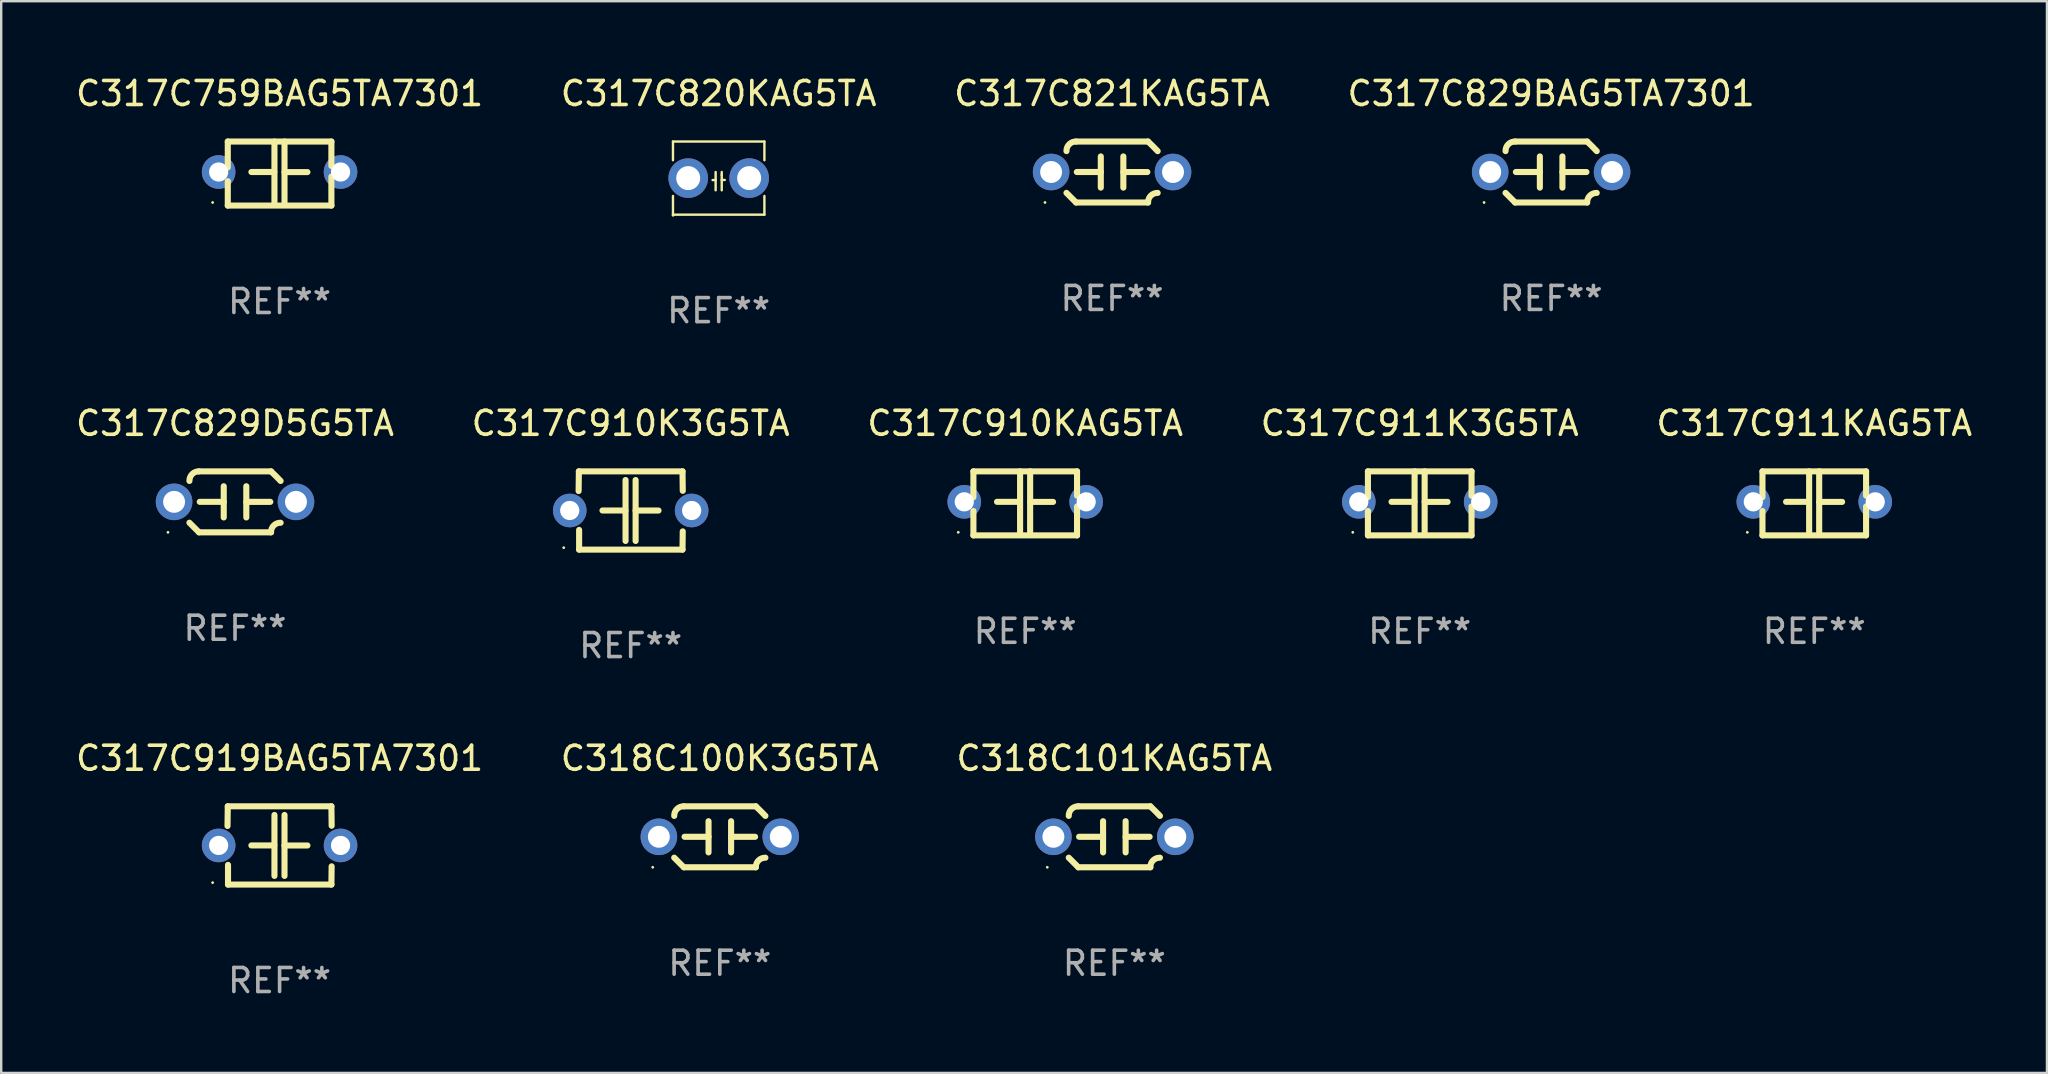
<source format=kicad_pcb>
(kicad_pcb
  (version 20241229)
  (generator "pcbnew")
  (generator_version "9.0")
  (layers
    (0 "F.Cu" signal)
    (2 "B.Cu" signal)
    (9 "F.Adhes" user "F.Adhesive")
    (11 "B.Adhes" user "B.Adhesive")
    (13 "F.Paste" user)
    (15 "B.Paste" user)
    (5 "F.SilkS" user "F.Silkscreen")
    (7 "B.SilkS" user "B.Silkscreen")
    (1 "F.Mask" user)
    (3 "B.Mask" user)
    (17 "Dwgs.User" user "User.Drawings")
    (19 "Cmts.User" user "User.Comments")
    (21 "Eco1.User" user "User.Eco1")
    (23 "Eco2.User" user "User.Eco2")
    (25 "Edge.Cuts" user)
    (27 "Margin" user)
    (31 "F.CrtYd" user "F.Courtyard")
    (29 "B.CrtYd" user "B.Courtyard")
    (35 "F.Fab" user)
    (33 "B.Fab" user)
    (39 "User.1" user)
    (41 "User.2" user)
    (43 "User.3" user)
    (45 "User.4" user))
  (footprint "C317C820KAG5TA"
    (layer "F.Cu")
    (at 26.899 4.372)
    (property "Reference" "C317C820KAG5TA" (at 0 -3.524 0) (layer "F.SilkS") (effects (font (size 1 1) (thickness 0.15))))
    (attr through_hole)
    (fp_line (start -1.905 -1.524) (end -1.905 -0.745) (stroke (width 0.1) (type solid)) (layer "F.SilkS"))
    (fp_line (start -1.905 0.745) (end -1.905 1.524) (stroke (width 0.1) (type solid)) (layer "F.SilkS"))
    (fp_line (start -1.905 1.524) (end 1.905 1.524) (stroke (width 0.1) (type solid)) (layer "F.SilkS"))
    (fp_line (start -0.127 -0.254) (end -0.127 0.508) (stroke (width 0.1) (type solid)) (layer "F.SilkS"))
    (fp_line (start -0.127 0.082) (end -0.254 0.082) (stroke (width 0.1) (type solid)) (layer "F.SilkS"))
    (fp_line (start 0.127 -0.127) (end 0.127 -0.254) (stroke (width 0.1) (type solid)) (layer "F.SilkS"))
    (fp_line (start 0.127 -0.127) (end 0.127 0.508) (stroke (width 0.1) (type solid)) (layer "F.SilkS"))
    (fp_line (start 0.127 0.077) (end 0.254 0.077) (stroke (width 0.1) (type solid)) (layer "F.SilkS"))
    (fp_line (start 1.905 -1.524) (end -1.905 -1.524) (stroke (width 0.1) (type solid)) (layer "F.SilkS"))
    (fp_line (start 1.905 -0.745) (end 1.905 -1.524) (stroke (width 0.1) (type solid)) (layer "F.SilkS"))
    (fp_line (start 1.905 1.524) (end 1.905 0.745) (stroke (width 0.1) (type solid)) (layer "F.SilkS"))
    (fp_circle (center -1.9 1.55) (end -1.87 1.55) (stroke (width 0.06) (type solid)) (fill no) (layer "F.SilkS"))
    (fp_text user "REF**" (at 0 5.524 0) (layer "F.Fab") (effects (font (size 1 1) (thickness 0.15))))
    (pad "1" thru_hole circle (at -1.27 0) (size 1.65 1.65) (drill 1) (layers "*.Cu" "*.Mask"))
    (pad "2" thru_hole circle (at 1.27 0) (size 1.65 1.65) (drill 1) (layers "*.Cu" "*.Mask")))
  (footprint "C317C911KAG5TA"
    (layer "F.Cu")
    (at 72.554 17.926)
    (property "Reference" "C317C911KAG5TA" (at 0 -3.334 0) (layer "F.SilkS") (effects (font (size 1 1) (thickness 0.15))))
    (attr through_hole)
    (fp_line (start -2.159 -1.334) (end 2.159 -1.334) (stroke (width 0.254) (type solid)) (layer "F.SilkS"))
    (fp_line (start -2.159 -0.256) (end -2.159 -1.334) (stroke (width 0.254) (type solid)) (layer "F.SilkS"))
    (fp_line (start -2.159 1.334) (end -2.159 0.318) (stroke (width 0.254) (type solid)) (layer "F.SilkS"))
    (fp_line (start -0.22 -0.064) (end -1.175 -0.064) (stroke (width 0.254) (type solid)) (layer "F.SilkS"))
    (fp_line (start -0.214 -1.334) (end -0.214 1.207) (stroke (width 0.254) (type solid)) (layer "F.SilkS"))
    (fp_line (start 0.205 -1.334) (end 0.205 1.207) (stroke (width 0.254) (type solid)) (layer "F.SilkS"))
    (fp_line (start 0.205 -0.061) (end 1.16 -0.061) (stroke (width 0.254) (type solid)) (layer "F.SilkS"))
    (fp_line (start 2.159 -1.334) (end 2.159 -0.318) (stroke (width 0.254) (type solid)) (layer "F.SilkS"))
    (fp_line (start 2.159 0.129) (end 2.159 1.334) (stroke (width 0.254) (type solid)) (layer "F.SilkS"))
    (fp_line (start 2.159 1.334) (end -2.159 1.334) (stroke (width 0.254) (type solid)) (layer "F.SilkS"))
    (fp_circle (center -2.79 1.207) (end -2.76 1.207) (stroke (width 0.06) (type solid)) (fill no) (layer "F.SilkS"))
    (fp_text user "REF**" (at 0 5.334 0) (layer "F.Fab") (effects (font (size 1 1) (thickness 0.15))))
    (pad "1" thru_hole circle (at -2.54 -0.064) (size 1.4 1.4) (drill 0.8) (layers "*.Cu" "*.Mask"))
    (pad "2" thru_hole circle (at 2.54 -0.064) (size 1.4 1.4) (drill 0.8) (layers "*.Cu" "*.Mask")))
  (footprint "C317C910K3G5TA"
    (layer "F.Cu")
    (at 23.232 18.223)
    (property "Reference" "C317C910K3G5TA" (at 0 -3.631 0) (layer "F.SilkS") (effects (font (size 1 1) (thickness 0.15))))
    (attr through_hole)
    (fp_line (start -2.17 -0.81) (end -2.159 -1.631) (stroke (width 0.254) (type solid)) (layer "F.SilkS"))
    (fp_line (start -2.159 -1.631) (end 2.159 -1.631) (stroke (width 0.254) (type solid)) (layer "F.SilkS"))
    (fp_line (start -2.149 1.631) (end -2.149 0.81) (stroke (width 0.254) (type solid)) (layer "F.SilkS"))
    (fp_line (start -0.22 0) (end -1.175 0) (stroke (width 0.254) (type solid)) (layer "F.SilkS"))
    (fp_line (start -0.214 -1.27) (end -0.214 1.27) (stroke (width 0.254) (type solid)) (layer "F.SilkS"))
    (fp_line (start 0.205 -1.27) (end 0.205 1.27) (stroke (width 0.254) (type solid)) (layer "F.SilkS"))
    (fp_line (start 0.205 0.002) (end 1.16 0.002) (stroke (width 0.254) (type solid)) (layer "F.SilkS"))
    (fp_line (start 2.159 -1.631) (end 2.17 -0.82) (stroke (width 0.254) (type solid)) (layer "F.SilkS"))
    (fp_line (start 2.159 1.631) (end -2.149 1.631) (stroke (width 0.254) (type solid)) (layer "F.SilkS"))
    (fp_line (start 2.169 0.871) (end 2.159 1.631) (stroke (width 0.254) (type solid)) (layer "F.SilkS"))
    (fp_circle (center -2.79 1.55) (end -2.76 1.55) (stroke (width 0.06) (type solid)) (fill no) (layer "F.SilkS"))
    (fp_text user "REF**" (at 0 5.631 0) (layer "F.Fab") (effects (font (size 1 1) (thickness 0.15))))
    (pad "1" thru_hole circle (at -2.54 0) (size 1.4 1.4) (drill 0.8) (layers "*.Cu" "*.Mask"))
    (pad "2" thru_hole circle (at 2.54 0) (size 1.4 1.4) (drill 0.8) (layers "*.Cu" "*.Mask")))
  (footprint "C318C101KAG5TA"
    (layer "F.Cu")
    (at 43.387 31.821)
    (property "Reference" "C318C101KAG5TA" (at 0 -3.27 0) (layer "F.SilkS") (effects (font (size 1 1) (thickness 0.15))))
    (attr through_hole)
    (fp_line (start -1.5 -1.27) (end 1.5 -1.27) (stroke (width 0.254) (type solid)) (layer "F.SilkS"))
    (fp_line (start -0.47 -0.65) (end -0.47 0.65) (stroke (width 0.254) (type solid)) (layer "F.SilkS"))
    (fp_line (start -0.47 -0.000381) (end -1.47 -0.000381) (stroke (width 0.254) (type solid)) (layer "F.SilkS"))
    (fp_line (start 0.47 0.000356) (end 1.47 0.000356) (stroke (width 0.254) (type solid)) (layer "F.SilkS"))
    (fp_line (start 0.47 0.65) (end 0.47 -0.65) (stroke (width 0.254) (type solid)) (layer "F.SilkS"))
    (fp_line (start 1.5 1.27) (end -1.5 1.27) (stroke (width 0.254) (type solid)) (layer "F.SilkS"))
    (fp_arc (start -1.899924 -0.871221) (mid -1.78599 -1.156887) (end -1.5 -1.270003) (stroke (width 0.254001) (type solid)) (layer "F.SilkS"))
    (fp_arc (start -1.501217 1.269929) (mid -1.700682 1.070039) (end -1.9 0.870003) (stroke (width 0.254001) (type solid)) (layer "F.SilkS"))
    (fp_arc (start 1.5 1.270003) (mid 1.614112 0.984517) (end 1.899923 0.871222) (stroke (width 0.254001) (type solid)) (layer "F.SilkS"))
    (fp_arc (start 1.501219 -1.269927) (mid 1.70319 -1.072538) (end 1.9 -0.870003) (stroke (width 0.254001) (type solid)) (layer "F.SilkS"))
    (fp_circle (center -2.795 1.27) (end -2.765 1.27) (stroke (width 0.06) (type solid)) (fill no) (layer "F.SilkS"))
    (fp_text user "REF**" (at 0 5.27 0) (layer "F.Fab") (effects (font (size 1 1) (thickness 0.15))))
    (pad "1" thru_hole circle (at -2.54 0) (size 1.524 1.524) (drill 0.914) (layers "*.Cu" "*.Mask"))
    (pad "2" thru_hole circle (at 2.54 0) (size 1.524 1.524) (drill 0.914) (layers "*.Cu" "*.Mask")))
  (footprint "C317C911K3G5TA"
    (layer "F.Cu")
    (at 56.113 17.926)
    (property "Reference" "C317C911K3G5TA" (at 0 -3.334 0) (layer "F.SilkS") (effects (font (size 1 1) (thickness 0.15))))
    (attr through_hole)
    (fp_line (start -2.159 -1.334) (end 2.159 -1.334) (stroke (width 0.254) (type solid)) (layer "F.SilkS"))
    (fp_line (start -2.159 -0.256) (end -2.159 -1.334) (stroke (width 0.254) (type solid)) (layer "F.SilkS"))
    (fp_line (start -2.159 1.334) (end -2.159 0.318) (stroke (width 0.254) (type solid)) (layer "F.SilkS"))
    (fp_line (start -0.22 -0.064) (end -1.175 -0.064) (stroke (width 0.254) (type solid)) (layer "F.SilkS"))
    (fp_line (start -0.214 -1.334) (end -0.214 1.207) (stroke (width 0.254) (type solid)) (layer "F.SilkS"))
    (fp_line (start 0.205 -1.334) (end 0.205 1.207) (stroke (width 0.254) (type solid)) (layer "F.SilkS"))
    (fp_line (start 0.205 -0.061) (end 1.16 -0.061) (stroke (width 0.254) (type solid)) (layer "F.SilkS"))
    (fp_line (start 2.159 -1.334) (end 2.159 -0.318) (stroke (width 0.254) (type solid)) (layer "F.SilkS"))
    (fp_line (start 2.159 0.129) (end 2.159 1.334) (stroke (width 0.254) (type solid)) (layer "F.SilkS"))
    (fp_line (start 2.159 1.334) (end -2.159 1.334) (stroke (width 0.254) (type solid)) (layer "F.SilkS"))
    (fp_circle (center -2.79 1.207) (end -2.76 1.207) (stroke (width 0.06) (type solid)) (fill no) (layer "F.SilkS"))
    (fp_text user "REF**" (at 0 5.334 0) (layer "F.Fab") (effects (font (size 1 1) (thickness 0.15))))
    (pad "1" thru_hole circle (at -2.54 -0.064) (size 1.4 1.4) (drill 0.8) (layers "*.Cu" "*.Mask"))
    (pad "2" thru_hole circle (at 2.54 -0.064) (size 1.4 1.4) (drill 0.8) (layers "*.Cu" "*.Mask")))
  (footprint "C317C759BAG5TA7301"
    (layer "F.Cu")
    (at 8.601 4.182)
    (property "Reference" "C317C759BAG5TA7301" (at 0 -3.334 0) (layer "F.SilkS") (effects (font (size 1 1) (thickness 0.15))))
    (attr through_hole)
    (fp_line (start -2.159 -1.334) (end 2.159 -1.334) (stroke (width 0.254) (type solid)) (layer "F.SilkS"))
    (fp_line (start -2.159 -0.256) (end -2.159 -1.334) (stroke (width 0.254) (type solid)) (layer "F.SilkS"))
    (fp_line (start -2.159 1.334) (end -2.159 0.318) (stroke (width 0.254) (type solid)) (layer "F.SilkS"))
    (fp_line (start -0.22 -0.064) (end -1.175 -0.064) (stroke (width 0.254) (type solid)) (layer "F.SilkS"))
    (fp_line (start -0.214 -1.334) (end -0.214 1.207) (stroke (width 0.254) (type solid)) (layer "F.SilkS"))
    (fp_line (start 0.205 -1.334) (end 0.205 1.207) (stroke (width 0.254) (type solid)) (layer "F.SilkS"))
    (fp_line (start 0.205 -0.061) (end 1.16 -0.061) (stroke (width 0.254) (type solid)) (layer "F.SilkS"))
    (fp_line (start 2.159 -1.334) (end 2.159 -0.318) (stroke (width 0.254) (type solid)) (layer "F.SilkS"))
    (fp_line (start 2.159 0.129) (end 2.159 1.334) (stroke (width 0.254) (type solid)) (layer "F.SilkS"))
    (fp_line (start 2.159 1.334) (end -2.159 1.334) (stroke (width 0.254) (type solid)) (layer "F.SilkS"))
    (fp_circle (center -2.79 1.207) (end -2.76 1.207) (stroke (width 0.06) (type solid)) (fill no) (layer "F.SilkS"))
    (fp_text user "REF**" (at 0 5.334 0) (layer "F.Fab") (effects (font (size 1 1) (thickness 0.15))))
    (pad "1" thru_hole circle (at -2.54 -0.064) (size 1.4 1.4) (drill 0.8) (layers "*.Cu" "*.Mask"))
    (pad "2" thru_hole circle (at 2.54 -0.064) (size 1.4 1.4) (drill 0.8) (layers "*.Cu" "*.Mask")))
  (footprint "C317C821KAG5TA"
    (layer "F.Cu")
    (at 43.292 4.118)
    (property "Reference" "C317C821KAG5TA" (at 0 -3.27 0) (layer "F.SilkS") (effects (font (size 1 1) (thickness 0.15))))
    (attr through_hole)
    (fp_line (start -1.5 -1.27) (end 1.5 -1.27) (stroke (width 0.254) (type solid)) (layer "F.SilkS"))
    (fp_line (start -0.47 -0.65) (end -0.47 0.65) (stroke (width 0.254) (type solid)) (layer "F.SilkS"))
    (fp_line (start -0.47 -0.000381) (end -1.47 -0.000381) (stroke (width 0.254) (type solid)) (layer "F.SilkS"))
    (fp_line (start 0.47 0.000356) (end 1.47 0.000356) (stroke (width 0.254) (type solid)) (layer "F.SilkS"))
    (fp_line (start 0.47 0.65) (end 0.47 -0.65) (stroke (width 0.254) (type solid)) (layer "F.SilkS"))
    (fp_line (start 1.5 1.27) (end -1.5 1.27) (stroke (width 0.254) (type solid)) (layer "F.SilkS"))
    (fp_arc (start -1.899924 -0.871221) (mid -1.78599 -1.156887) (end -1.5 -1.270003) (stroke (width 0.254001) (type solid)) (layer "F.SilkS"))
    (fp_arc (start -1.501217 1.269929) (mid -1.700682 1.070039) (end -1.9 0.870003) (stroke (width 0.254001) (type solid)) (layer "F.SilkS"))
    (fp_arc (start 1.5 1.270003) (mid 1.614112 0.984517) (end 1.899923 0.871222) (stroke (width 0.254001) (type solid)) (layer "F.SilkS"))
    (fp_arc (start 1.501219 -1.269927) (mid 1.70319 -1.072538) (end 1.9 -0.870003) (stroke (width 0.254001) (type solid)) (layer "F.SilkS"))
    (fp_circle (center -2.795 1.27) (end -2.765 1.27) (stroke (width 0.06) (type solid)) (fill no) (layer "F.SilkS"))
    (fp_text user "REF**" (at 0 5.27 0) (layer "F.Fab") (effects (font (size 1 1) (thickness 0.15))))
    (pad "1" thru_hole circle (at -2.54 0) (size 1.524 1.524) (drill 0.914) (layers "*.Cu" "*.Mask"))
    (pad "2" thru_hole circle (at 2.54 0) (size 1.524 1.524) (drill 0.914) (layers "*.Cu" "*.Mask")))
  (footprint "C318C100K3G5TA"
    (layer "F.Cu")
    (at 26.946 31.821)
    (property "Reference" "C318C100K3G5TA" (at 0 -3.27 0) (layer "F.SilkS") (effects (font (size 1 1) (thickness 0.15))))
    (attr through_hole)
    (fp_line (start -1.5 -1.27) (end 1.5 -1.27) (stroke (width 0.254) (type solid)) (layer "F.SilkS"))
    (fp_line (start -0.47 -0.65) (end -0.47 0.65) (stroke (width 0.254) (type solid)) (layer "F.SilkS"))
    (fp_line (start -0.47 -0.000381) (end -1.47 -0.000381) (stroke (width 0.254) (type solid)) (layer "F.SilkS"))
    (fp_line (start 0.47 0.000356) (end 1.47 0.000356) (stroke (width 0.254) (type solid)) (layer "F.SilkS"))
    (fp_line (start 0.47 0.65) (end 0.47 -0.65) (stroke (width 0.254) (type solid)) (layer "F.SilkS"))
    (fp_line (start 1.5 1.27) (end -1.5 1.27) (stroke (width 0.254) (type solid)) (layer "F.SilkS"))
    (fp_arc (start -1.899924 -0.871221) (mid -1.78599 -1.156887) (end -1.5 -1.270003) (stroke (width 0.254001) (type solid)) (layer "F.SilkS"))
    (fp_arc (start -1.501217 1.269929) (mid -1.700682 1.070039) (end -1.9 0.870003) (stroke (width 0.254001) (type solid)) (layer "F.SilkS"))
    (fp_arc (start 1.5 1.270003) (mid 1.614112 0.984517) (end 1.899923 0.871222) (stroke (width 0.254001) (type solid)) (layer "F.SilkS"))
    (fp_arc (start 1.501219 -1.269927) (mid 1.70319 -1.072538) (end 1.9 -0.870003) (stroke (width 0.254001) (type solid)) (layer "F.SilkS"))
    (fp_circle (center -2.795 1.27) (end -2.765 1.27) (stroke (width 0.06) (type solid)) (fill no) (layer "F.SilkS"))
    (fp_text user "REF**" (at 0 5.27 0) (layer "F.Fab") (effects (font (size 1 1) (thickness 0.15))))
    (pad "1" thru_hole circle (at -2.54 0) (size 1.524 1.524) (drill 0.914) (layers "*.Cu" "*.Mask"))
    (pad "2" thru_hole circle (at 2.54 0) (size 1.524 1.524) (drill 0.914) (layers "*.Cu" "*.Mask")))
  (footprint "C317C919BAG5TA7301"
    (layer "F.Cu")
    (at 8.601 32.181)
    (property "Reference" "C317C919BAG5TA7301" (at 0 -3.631 0) (layer "F.SilkS") (effects (font (size 1 1) (thickness 0.15))))
    (attr through_hole)
    (fp_line (start -2.17 -0.81) (end -2.159 -1.631) (stroke (width 0.254) (type solid)) (layer "F.SilkS"))
    (fp_line (start -2.159 -1.631) (end 2.159 -1.631) (stroke (width 0.254) (type solid)) (layer "F.SilkS"))
    (fp_line (start -2.149 1.631) (end -2.149 0.81) (stroke (width 0.254) (type solid)) (layer "F.SilkS"))
    (fp_line (start -0.22 0) (end -1.175 0) (stroke (width 0.254) (type solid)) (layer "F.SilkS"))
    (fp_line (start -0.214 -1.27) (end -0.214 1.27) (stroke (width 0.254) (type solid)) (layer "F.SilkS"))
    (fp_line (start 0.205 -1.27) (end 0.205 1.27) (stroke (width 0.254) (type solid)) (layer "F.SilkS"))
    (fp_line (start 0.205 0.002) (end 1.16 0.002) (stroke (width 0.254) (type solid)) (layer "F.SilkS"))
    (fp_line (start 2.159 -1.631) (end 2.17 -0.82) (stroke (width 0.254) (type solid)) (layer "F.SilkS"))
    (fp_line (start 2.159 1.631) (end -2.149 1.631) (stroke (width 0.254) (type solid)) (layer "F.SilkS"))
    (fp_line (start 2.169 0.871) (end 2.159 1.631) (stroke (width 0.254) (type solid)) (layer "F.SilkS"))
    (fp_circle (center -2.79 1.55) (end -2.76 1.55) (stroke (width 0.06) (type solid)) (fill no) (layer "F.SilkS"))
    (fp_text user "REF**" (at 0 5.631 0) (layer "F.Fab") (effects (font (size 1 1) (thickness 0.15))))
    (pad "1" thru_hole circle (at -2.54 0) (size 1.4 1.4) (drill 0.8) (layers "*.Cu" "*.Mask"))
    (pad "2" thru_hole circle (at 2.54 0) (size 1.4 1.4) (drill 0.8) (layers "*.Cu" "*.Mask")))
  (footprint "C317C829D5G5TA"
    (layer "F.Cu")
    (at 6.744 17.863)
    (property "Reference" "C317C829D5G5TA" (at 0 -3.27 0) (layer "F.SilkS") (effects (font (size 1 1) (thickness 0.15))))
    (attr through_hole)
    (fp_line (start -1.5 -1.27) (end 1.5 -1.27) (stroke (width 0.254) (type solid)) (layer "F.SilkS"))
    (fp_line (start -0.47 -0.65) (end -0.47 0.65) (stroke (width 0.254) (type solid)) (layer "F.SilkS"))
    (fp_line (start -0.47 -0.000381) (end -1.47 -0.000381) (stroke (width 0.254) (type solid)) (layer "F.SilkS"))
    (fp_line (start 0.47 0.000356) (end 1.47 0.000356) (stroke (width 0.254) (type solid)) (layer "F.SilkS"))
    (fp_line (start 0.47 0.65) (end 0.47 -0.65) (stroke (width 0.254) (type solid)) (layer "F.SilkS"))
    (fp_line (start 1.5 1.27) (end -1.5 1.27) (stroke (width 0.254) (type solid)) (layer "F.SilkS"))
    (fp_arc (start -1.899924 -0.871221) (mid -1.78599 -1.156887) (end -1.5 -1.270003) (stroke (width 0.254001) (type solid)) (layer "F.SilkS"))
    (fp_arc (start -1.501217 1.269929) (mid -1.700682 1.070039) (end -1.9 0.870003) (stroke (width 0.254001) (type solid)) (layer "F.SilkS"))
    (fp_arc (start 1.5 1.270003) (mid 1.614112 0.984517) (end 1.899923 0.871222) (stroke (width 0.254001) (type solid)) (layer "F.SilkS"))
    (fp_arc (start 1.501219 -1.269927) (mid 1.70319 -1.072538) (end 1.9 -0.870003) (stroke (width 0.254001) (type solid)) (layer "F.SilkS"))
    (fp_circle (center -2.795 1.27) (end -2.765 1.27) (stroke (width 0.06) (type solid)) (fill no) (layer "F.SilkS"))
    (fp_text user "REF**" (at 0 5.27 0) (layer "F.Fab") (effects (font (size 1 1) (thickness 0.15))))
    (pad "1" thru_hole circle (at -2.54 0) (size 1.524 1.524) (drill 0.914) (layers "*.Cu" "*.Mask"))
    (pad "2" thru_hole circle (at 2.54 0) (size 1.524 1.524) (drill 0.914) (layers "*.Cu" "*.Mask")))
  (footprint "C317C829BAG5TA7301"
    (layer "F.Cu")
    (at 61.589 4.118)
    (property "Reference" "C317C829BAG5TA7301" (at 0 -3.27 0) (layer "F.SilkS") (effects (font (size 1 1) (thickness 0.15))))
    (attr through_hole)
    (fp_line (start -1.5 -1.27) (end 1.5 -1.27) (stroke (width 0.254) (type solid)) (layer "F.SilkS"))
    (fp_line (start -0.47 -0.65) (end -0.47 0.65) (stroke (width 0.254) (type solid)) (layer "F.SilkS"))
    (fp_line (start -0.47 -0.000381) (end -1.47 -0.000381) (stroke (width 0.254) (type solid)) (layer "F.SilkS"))
    (fp_line (start 0.47 0.000356) (end 1.47 0.000356) (stroke (width 0.254) (type solid)) (layer "F.SilkS"))
    (fp_line (start 0.47 0.65) (end 0.47 -0.65) (stroke (width 0.254) (type solid)) (layer "F.SilkS"))
    (fp_line (start 1.5 1.27) (end -1.5 1.27) (stroke (width 0.254) (type solid)) (layer "F.SilkS"))
    (fp_arc (start -1.899924 -0.871221) (mid -1.78599 -1.156887) (end -1.5 -1.270003) (stroke (width 0.254001) (type solid)) (layer "F.SilkS"))
    (fp_arc (start -1.501217 1.269929) (mid -1.700682 1.070039) (end -1.9 0.870003) (stroke (width 0.254001) (type solid)) (layer "F.SilkS"))
    (fp_arc (start 1.5 1.270003) (mid 1.614112 0.984517) (end 1.899923 0.871222) (stroke (width 0.254001) (type solid)) (layer "F.SilkS"))
    (fp_arc (start 1.501219 -1.269927) (mid 1.70319 -1.072538) (end 1.9 -0.870003) (stroke (width 0.254001) (type solid)) (layer "F.SilkS"))
    (fp_circle (center -2.795 1.27) (end -2.765 1.27) (stroke (width 0.06) (type solid)) (fill no) (layer "F.SilkS"))
    (fp_text user "REF**" (at 0 5.27 0) (layer "F.Fab") (effects (font (size 1 1) (thickness 0.15))))
    (pad "1" thru_hole circle (at -2.54 0) (size 1.524 1.524) (drill 0.914) (layers "*.Cu" "*.Mask"))
    (pad "2" thru_hole circle (at 2.54 0) (size 1.524 1.524) (drill 0.914) (layers "*.Cu" "*.Mask")))
  (footprint "C317C910KAG5TA"
    (layer "F.Cu")
    (at 39.673 17.926)
    (property "Reference" "C317C910KAG5TA" (at 0 -3.334 0) (layer "F.SilkS") (effects (font (size 1 1) (thickness 0.15))))
    (attr through_hole)
    (fp_line (start -2.159 -1.334) (end 2.159 -1.334) (stroke (width 0.254) (type solid)) (layer "F.SilkS"))
    (fp_line (start -2.159 -0.256) (end -2.159 -1.334) (stroke (width 0.254) (type solid)) (layer "F.SilkS"))
    (fp_line (start -2.159 1.334) (end -2.159 0.318) (stroke (width 0.254) (type solid)) (layer "F.SilkS"))
    (fp_line (start -0.22 -0.064) (end -1.175 -0.064) (stroke (width 0.254) (type solid)) (layer "F.SilkS"))
    (fp_line (start -0.214 -1.334) (end -0.214 1.207) (stroke (width 0.254) (type solid)) (layer "F.SilkS"))
    (fp_line (start 0.205 -1.334) (end 0.205 1.207) (stroke (width 0.254) (type solid)) (layer "F.SilkS"))
    (fp_line (start 0.205 -0.061) (end 1.16 -0.061) (stroke (width 0.254) (type solid)) (layer "F.SilkS"))
    (fp_line (start 2.159 -1.334) (end 2.159 -0.318) (stroke (width 0.254) (type solid)) (layer "F.SilkS"))
    (fp_line (start 2.159 0.129) (end 2.159 1.334) (stroke (width 0.254) (type solid)) (layer "F.SilkS"))
    (fp_line (start 2.159 1.334) (end -2.159 1.334) (stroke (width 0.254) (type solid)) (layer "F.SilkS"))
    (fp_circle (center -2.79 1.207) (end -2.76 1.207) (stroke (width 0.06) (type solid)) (fill no) (layer "F.SilkS"))
    (fp_text user "REF**" (at 0 5.334 0) (layer "F.Fab") (effects (font (size 1 1) (thickness 0.15))))
    (pad "1" thru_hole circle (at -2.54 -0.064) (size 1.4 1.4) (drill 0.8) (layers "*.Cu" "*.Mask"))
    (pad "2" thru_hole circle (at 2.54 -0.064) (size 1.4 1.4) (drill 0.8) (layers "*.Cu" "*.Mask")))
  (gr_rect
    (start -3 -3)
    (end 82.25 41.66)
    (stroke (width 0.1) (type default))
    (fill no)
    (layer "Edge.Cuts")))
</source>
